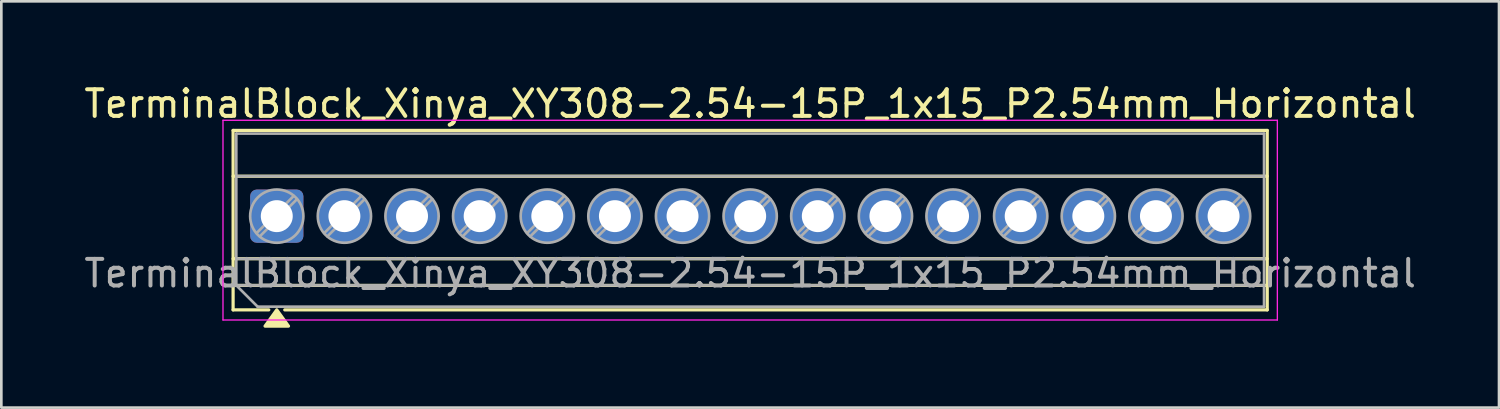
<source format=kicad_pcb>
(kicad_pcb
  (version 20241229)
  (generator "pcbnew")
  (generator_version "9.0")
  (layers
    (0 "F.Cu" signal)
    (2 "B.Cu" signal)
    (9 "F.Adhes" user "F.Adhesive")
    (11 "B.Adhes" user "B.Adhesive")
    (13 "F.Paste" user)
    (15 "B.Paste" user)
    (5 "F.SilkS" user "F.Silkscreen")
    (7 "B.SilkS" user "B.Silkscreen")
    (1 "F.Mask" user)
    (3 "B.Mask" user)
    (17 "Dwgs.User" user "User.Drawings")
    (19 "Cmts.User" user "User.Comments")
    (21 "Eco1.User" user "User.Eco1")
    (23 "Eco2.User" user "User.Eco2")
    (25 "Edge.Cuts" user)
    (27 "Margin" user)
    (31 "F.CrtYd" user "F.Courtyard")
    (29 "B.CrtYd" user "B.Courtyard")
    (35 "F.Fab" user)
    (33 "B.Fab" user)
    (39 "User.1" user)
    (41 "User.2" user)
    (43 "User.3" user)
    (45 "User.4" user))
  (footprint "TerminalBlock_Xinya_XY308-2.54-15P_1x15_P2.54mm_Horizontal"
    (layer "F.Cu")
    (at 7.345 5.068)
    (property "Reference" "TerminalBlock_Xinya_XY308-2.54-15P_1x15_P2.54mm_Horizontal" (at 17.78 -4.22 0) (layer "F.SilkS") (effects (font (size 1 1) (thickness 0.15))))
    (attr through_hole)
    (fp_line (start -1.64 -3.22) (end 37.2 -3.22) (stroke (width 0.12) (type solid)) (layer "F.SilkS"))
    (fp_line (start -1.64 -1.5) (end 37.2 -1.5) (stroke (width 0.12) (type solid)) (layer "F.SilkS"))
    (fp_line (start -1.64 1.6) (end 37.2 1.6) (stroke (width 0.12) (type solid)) (layer "F.SilkS"))
    (fp_line (start -1.64 2.6) (end 37.2 2.6) (stroke (width 0.12) (type solid)) (layer "F.SilkS"))
    (fp_line (start -1.64 3.52) (end -1.64 -3.22) (stroke (width 0.12) (type solid)) (layer "F.SilkS"))
    (fp_line (start -0.3 3.52) (end -1.64 3.52) (stroke (width 0.12) (type solid)) (layer "F.SilkS"))
    (fp_line (start 37.2 -3.22) (end 37.2 3.52) (stroke (width 0.12) (type solid)) (layer "F.SilkS"))
    (fp_line (start 37.2 3.52) (end 0.3 3.52) (stroke (width 0.12) (type solid)) (layer "F.SilkS"))
    (fp_poly (pts (xy 0 3.52) (xy 0.44 4.13) (xy -0.44 4.13)) (stroke (width 0.12) (type solid)) (fill yes) (layer "F.SilkS"))
    (fp_line (start -2.02 -3.6) (end -2.02 3.9) (stroke (width 0.05) (type solid)) (layer "F.CrtYd"))
    (fp_line (start -2.02 3.9) (end 37.58 3.9) (stroke (width 0.05) (type solid)) (layer "F.CrtYd"))
    (fp_line (start 37.58 -3.6) (end -2.02 -3.6) (stroke (width 0.05) (type solid)) (layer "F.CrtYd"))
    (fp_line (start 37.58 3.9) (end 37.58 -3.6) (stroke (width 0.05) (type solid)) (layer "F.CrtYd"))
    (fp_line (start -1.52 -3.1) (end 37.08 -3.1) (stroke (width 0.1) (type solid)) (layer "F.Fab"))
    (fp_line (start -1.52 -1.5) (end 37.08 -1.5) (stroke (width 0.1) (type solid)) (layer "F.Fab"))
    (fp_line (start -1.52 1.6) (end 37.08 1.6) (stroke (width 0.1) (type solid)) (layer "F.Fab"))
    (fp_line (start -1.52 2.6) (end -1.52 -3.1) (stroke (width 0.1) (type solid)) (layer "F.Fab"))
    (fp_line (start -1.52 2.6) (end 37.08 2.6) (stroke (width 0.1) (type solid)) (layer "F.Fab"))
    (fp_line (start -0.72 3.4) (end -1.52 2.6) (stroke (width 0.1) (type solid)) (layer "F.Fab"))
    (fp_line (start 0.636 -0.758) (end -0.758 0.636) (stroke (width 0.1) (type solid)) (layer "F.Fab"))
    (fp_line (start 0.758 -0.636) (end -0.636 0.758) (stroke (width 0.1) (type solid)) (layer "F.Fab"))
    (fp_line (start 3.176 -0.758) (end 1.782 0.636) (stroke (width 0.1) (type solid)) (layer "F.Fab"))
    (fp_line (start 3.298 -0.636) (end 1.904 0.758) (stroke (width 0.1) (type solid)) (layer "F.Fab"))
    (fp_line (start 5.716 -0.758) (end 4.322 0.636) (stroke (width 0.1) (type solid)) (layer "F.Fab"))
    (fp_line (start 5.838 -0.636) (end 4.444 0.758) (stroke (width 0.1) (type solid)) (layer "F.Fab"))
    (fp_line (start 8.256 -0.758) (end 6.862 0.636) (stroke (width 0.1) (type solid)) (layer "F.Fab"))
    (fp_line (start 8.378 -0.636) (end 6.984 0.758) (stroke (width 0.1) (type solid)) (layer "F.Fab"))
    (fp_line (start 10.796 -0.758) (end 9.402 0.636) (stroke (width 0.1) (type solid)) (layer "F.Fab"))
    (fp_line (start 10.918 -0.636) (end 9.524 0.758) (stroke (width 0.1) (type solid)) (layer "F.Fab"))
    (fp_line (start 13.336 -0.758) (end 11.942 0.636) (stroke (width 0.1) (type solid)) (layer "F.Fab"))
    (fp_line (start 13.458 -0.636) (end 12.064 0.758) (stroke (width 0.1) (type solid)) (layer "F.Fab"))
    (fp_line (start 15.876 -0.758) (end 14.482 0.636) (stroke (width 0.1) (type solid)) (layer "F.Fab"))
    (fp_line (start 15.998 -0.636) (end 14.604 0.758) (stroke (width 0.1) (type solid)) (layer "F.Fab"))
    (fp_line (start 18.416 -0.758) (end 17.022 0.636) (stroke (width 0.1) (type solid)) (layer "F.Fab"))
    (fp_line (start 18.538 -0.636) (end 17.144 0.758) (stroke (width 0.1) (type solid)) (layer "F.Fab"))
    (fp_line (start 20.956 -0.758) (end 19.562 0.636) (stroke (width 0.1) (type solid)) (layer "F.Fab"))
    (fp_line (start 21.078 -0.636) (end 19.684 0.758) (stroke (width 0.1) (type solid)) (layer "F.Fab"))
    (fp_line (start 23.496 -0.758) (end 22.102 0.636) (stroke (width 0.1) (type solid)) (layer "F.Fab"))
    (fp_line (start 23.618 -0.636) (end 22.224 0.758) (stroke (width 0.1) (type solid)) (layer "F.Fab"))
    (fp_line (start 26.036 -0.758) (end 24.642 0.636) (stroke (width 0.1) (type solid)) (layer "F.Fab"))
    (fp_line (start 26.158 -0.636) (end 24.764 0.758) (stroke (width 0.1) (type solid)) (layer "F.Fab"))
    (fp_line (start 28.576 -0.758) (end 27.182 0.636) (stroke (width 0.1) (type solid)) (layer "F.Fab"))
    (fp_line (start 28.698 -0.636) (end 27.304 0.758) (stroke (width 0.1) (type solid)) (layer "F.Fab"))
    (fp_line (start 31.116 -0.758) (end 29.722 0.636) (stroke (width 0.1) (type solid)) (layer "F.Fab"))
    (fp_line (start 31.238 -0.636) (end 29.844 0.758) (stroke (width 0.1) (type solid)) (layer "F.Fab"))
    (fp_line (start 33.656 -0.758) (end 32.262 0.636) (stroke (width 0.1) (type solid)) (layer "F.Fab"))
    (fp_line (start 33.778 -0.636) (end 32.384 0.758) (stroke (width 0.1) (type solid)) (layer "F.Fab"))
    (fp_line (start 36.196 -0.758) (end 34.802 0.636) (stroke (width 0.1) (type solid)) (layer "F.Fab"))
    (fp_line (start 36.318 -0.636) (end 34.924 0.758) (stroke (width 0.1) (type solid)) (layer "F.Fab"))
    (fp_line (start 37.08 -3.1) (end 37.08 3.4) (stroke (width 0.1) (type solid)) (layer "F.Fab"))
    (fp_line (start 37.08 3.4) (end -0.72 3.4) (stroke (width 0.1) (type solid)) (layer "F.Fab"))
    (fp_circle (center 0 0) (end 1 0) (stroke (width 0.1) (type solid)) (fill no) (layer "F.Fab"))
    (fp_circle (center 2.54 0) (end 3.54 0) (stroke (width 0.1) (type solid)) (fill no) (layer "F.Fab"))
    (fp_circle (center 5.08 0) (end 6.08 0) (stroke (width 0.1) (type solid)) (fill no) (layer "F.Fab"))
    (fp_circle (center 7.62 0) (end 8.62 0) (stroke (width 0.1) (type solid)) (fill no) (layer "F.Fab"))
    (fp_circle (center 10.16 0) (end 11.16 0) (stroke (width 0.1) (type solid)) (fill no) (layer "F.Fab"))
    (fp_circle (center 12.7 0) (end 13.7 0) (stroke (width 0.1) (type solid)) (fill no) (layer "F.Fab"))
    (fp_circle (center 15.24 0) (end 16.24 0) (stroke (width 0.1) (type solid)) (fill no) (layer "F.Fab"))
    (fp_circle (center 17.78 0) (end 18.78 0) (stroke (width 0.1) (type solid)) (fill no) (layer "F.Fab"))
    (fp_circle (center 20.32 0) (end 21.32 0) (stroke (width 0.1) (type solid)) (fill no) (layer "F.Fab"))
    (fp_circle (center 22.86 0) (end 23.86 0) (stroke (width 0.1) (type solid)) (fill no) (layer "F.Fab"))
    (fp_circle (center 25.4 0) (end 26.4 0) (stroke (width 0.1) (type solid)) (fill no) (layer "F.Fab"))
    (fp_circle (center 27.94 0) (end 28.94 0) (stroke (width 0.1) (type solid)) (fill no) (layer "F.Fab"))
    (fp_circle (center 30.48 0) (end 31.48 0) (stroke (width 0.1) (type solid)) (fill no) (layer "F.Fab"))
    (fp_circle (center 33.02 0) (end 34.02 0) (stroke (width 0.1) (type solid)) (fill no) (layer "F.Fab"))
    (fp_circle (center 35.56 0) (end 36.56 0) (stroke (width 0.1) (type solid)) (fill no) (layer "F.Fab"))
    (fp_text user "${REFERENCE}" (at 17.78 2.15 0) (layer "F.Fab") (effects (font (size 1 1) (thickness 0.15))))
    (pad "1" thru_hole roundrect (at 0 0) (size 2 2) (drill 1.2) (layers "*.Cu" "*.Mask") (roundrect_rratio 0.125))
    (pad "2" thru_hole circle (at 2.54 0) (size 2 2) (drill 1.2) (layers "*.Cu" "*.Mask"))
    (pad "3" thru_hole circle (at 5.08 0) (size 2 2) (drill 1.2) (layers "*.Cu" "*.Mask"))
    (pad "4" thru_hole circle (at 7.62 0) (size 2 2) (drill 1.2) (layers "*.Cu" "*.Mask"))
    (pad "5" thru_hole circle (at 10.16 0) (size 2 2) (drill 1.2) (layers "*.Cu" "*.Mask"))
    (pad "6" thru_hole circle (at 12.7 0) (size 2 2) (drill 1.2) (layers "*.Cu" "*.Mask"))
    (pad "7" thru_hole circle (at 15.24 0) (size 2 2) (drill 1.2) (layers "*.Cu" "*.Mask"))
    (pad "8" thru_hole circle (at 17.78 0) (size 2 2) (drill 1.2) (layers "*.Cu" "*.Mask"))
    (pad "9" thru_hole circle (at 20.32 0) (size 2 2) (drill 1.2) (layers "*.Cu" "*.Mask"))
    (pad "10" thru_hole circle (at 22.86 0) (size 2 2) (drill 1.2) (layers "*.Cu" "*.Mask"))
    (pad "11" thru_hole circle (at 25.4 0) (size 2 2) (drill 1.2) (layers "*.Cu" "*.Mask"))
    (pad "12" thru_hole circle (at 27.94 0) (size 2 2) (drill 1.2) (layers "*.Cu" "*.Mask"))
    (pad "13" thru_hole circle (at 30.48 0) (size 2 2) (drill 1.2) (layers "*.Cu" "*.Mask"))
    (pad "14" thru_hole circle (at 33.02 0) (size 2 2) (drill 1.2) (layers "*.Cu" "*.Mask"))
    (pad "15" thru_hole circle (at 35.56 0) (size 2 2) (drill 1.2) (layers "*.Cu" "*.Mask")))
  (gr_rect
    (start -3 -3)
    (end 53.25 12.258)
    (stroke (width 0.1) (type default))
    (fill no)
    (layer "Edge.Cuts")))
</source>
